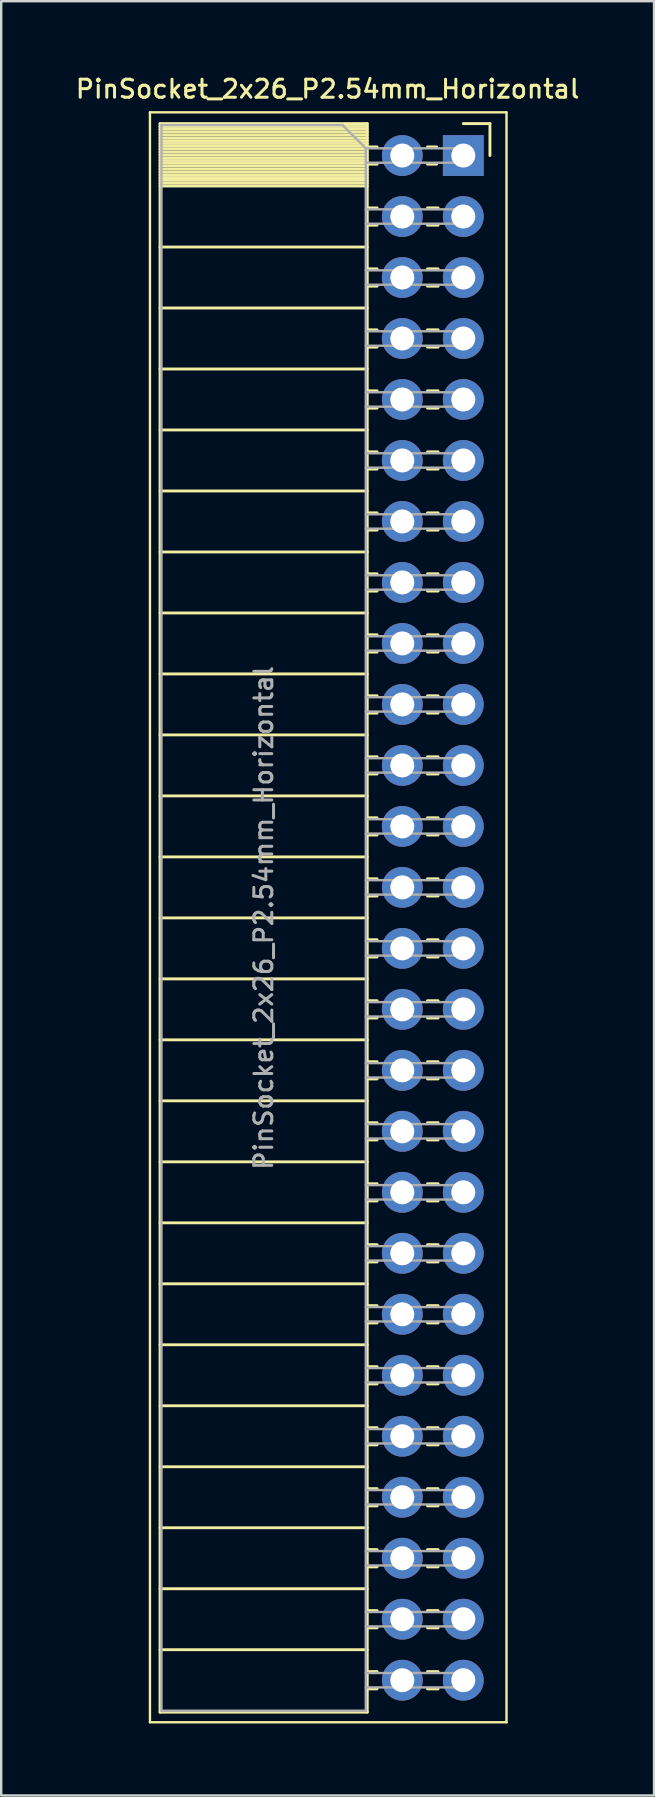
<source format=kicad_pcb>
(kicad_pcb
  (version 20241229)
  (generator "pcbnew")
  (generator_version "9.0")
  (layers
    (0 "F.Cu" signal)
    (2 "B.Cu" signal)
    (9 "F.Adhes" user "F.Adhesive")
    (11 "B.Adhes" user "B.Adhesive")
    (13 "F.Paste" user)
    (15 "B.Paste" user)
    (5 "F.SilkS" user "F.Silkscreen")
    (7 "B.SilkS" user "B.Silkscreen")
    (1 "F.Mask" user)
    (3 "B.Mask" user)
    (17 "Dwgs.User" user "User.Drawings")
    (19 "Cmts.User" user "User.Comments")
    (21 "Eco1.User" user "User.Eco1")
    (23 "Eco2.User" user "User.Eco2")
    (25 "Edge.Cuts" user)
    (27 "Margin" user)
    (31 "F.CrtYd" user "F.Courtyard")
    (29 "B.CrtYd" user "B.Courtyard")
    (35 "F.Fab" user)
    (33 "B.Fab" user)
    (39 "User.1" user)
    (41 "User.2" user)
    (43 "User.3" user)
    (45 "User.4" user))
  (footprint "PinSocket_2x26_P2.54mm_Horizontal"
    (layer "F.Cu")
    (at 16.245 3.428)
    (property "Reference" "PinSocket_2x26_P2.54mm_Horizontal" (at -5.65 -2.77 0) (layer "F.SilkS") (effects (font (size 0.75 0.75) (thickness 0.125))))
    (attr through_hole)
    (fp_line (start -13.05 -1.8) (end -13.05 65.25) (stroke (width 0.1) (type solid)) (layer "F.SilkS"))
    (fp_line (start -13.05 65.25) (end 1.8 65.25) (stroke (width 0.1) (type solid)) (layer "F.SilkS"))
    (fp_line (start -12.63 -1.33) (end -12.63 64.83) (stroke (width 0.12) (type solid)) (layer "F.SilkS"))
    (fp_line (start -12.63 -1.33) (end -4 -1.33) (stroke (width 0.12) (type solid)) (layer "F.SilkS"))
    (fp_line (start -12.63 -1.21) (end -4 -1.21) (stroke (width 0.12) (type solid)) (layer "F.SilkS"))
    (fp_line (start -12.63 -1.092) (end -4 -1.092) (stroke (width 0.12) (type solid)) (layer "F.SilkS"))
    (fp_line (start -12.63 -0.974) (end -4 -0.974) (stroke (width 0.12) (type solid)) (layer "F.SilkS"))
    (fp_line (start -12.63 -0.856) (end -4 -0.856) (stroke (width 0.12) (type solid)) (layer "F.SilkS"))
    (fp_line (start -12.63 -0.738) (end -4 -0.738) (stroke (width 0.12) (type solid)) (layer "F.SilkS"))
    (fp_line (start -12.63 -0.62) (end -4 -0.62) (stroke (width 0.12) (type solid)) (layer "F.SilkS"))
    (fp_line (start -12.63 -0.501) (end -4 -0.501) (stroke (width 0.12) (type solid)) (layer "F.SilkS"))
    (fp_line (start -12.63 -0.383) (end -4 -0.383) (stroke (width 0.12) (type solid)) (layer "F.SilkS"))
    (fp_line (start -12.63 -0.265) (end -4 -0.265) (stroke (width 0.12) (type solid)) (layer "F.SilkS"))
    (fp_line (start -12.63 -0.147) (end -4 -0.147) (stroke (width 0.12) (type solid)) (layer "F.SilkS"))
    (fp_line (start -12.63 -0.029) (end -4 -0.029) (stroke (width 0.12) (type solid)) (layer "F.SilkS"))
    (fp_line (start -12.63 0.089) (end -4 0.089) (stroke (width 0.12) (type solid)) (layer "F.SilkS"))
    (fp_line (start -12.63 0.207) (end -4 0.207) (stroke (width 0.12) (type solid)) (layer "F.SilkS"))
    (fp_line (start -12.63 0.325) (end -4 0.325) (stroke (width 0.12) (type solid)) (layer "F.SilkS"))
    (fp_line (start -12.63 0.443) (end -4 0.443) (stroke (width 0.12) (type solid)) (layer "F.SilkS"))
    (fp_line (start -12.63 0.561) (end -4 0.561) (stroke (width 0.12) (type solid)) (layer "F.SilkS"))
    (fp_line (start -12.63 0.68) (end -4 0.68) (stroke (width 0.12) (type solid)) (layer "F.SilkS"))
    (fp_line (start -12.63 0.798) (end -4 0.798) (stroke (width 0.12) (type solid)) (layer "F.SilkS"))
    (fp_line (start -12.63 0.916) (end -4 0.916) (stroke (width 0.12) (type solid)) (layer "F.SilkS"))
    (fp_line (start -12.63 1.034) (end -4 1.034) (stroke (width 0.12) (type solid)) (layer "F.SilkS"))
    (fp_line (start -12.63 1.152) (end -4 1.152) (stroke (width 0.12) (type solid)) (layer "F.SilkS"))
    (fp_line (start -12.63 1.27) (end -4 1.27) (stroke (width 0.12) (type solid)) (layer "F.SilkS"))
    (fp_line (start -12.63 3.81) (end -4 3.81) (stroke (width 0.12) (type solid)) (layer "F.SilkS"))
    (fp_line (start -12.63 6.35) (end -4 6.35) (stroke (width 0.12) (type solid)) (layer "F.SilkS"))
    (fp_line (start -12.63 8.89) (end -4 8.89) (stroke (width 0.12) (type solid)) (layer "F.SilkS"))
    (fp_line (start -12.63 11.43) (end -4 11.43) (stroke (width 0.12) (type solid)) (layer "F.SilkS"))
    (fp_line (start -12.63 13.97) (end -4 13.97) (stroke (width 0.12) (type solid)) (layer "F.SilkS"))
    (fp_line (start -12.63 16.51) (end -4 16.51) (stroke (width 0.12) (type solid)) (layer "F.SilkS"))
    (fp_line (start -12.63 19.05) (end -4 19.05) (stroke (width 0.12) (type solid)) (layer "F.SilkS"))
    (fp_line (start -12.63 21.59) (end -4 21.59) (stroke (width 0.12) (type solid)) (layer "F.SilkS"))
    (fp_line (start -12.63 24.13) (end -4 24.13) (stroke (width 0.12) (type solid)) (layer "F.SilkS"))
    (fp_line (start -12.63 26.67) (end -4 26.67) (stroke (width 0.12) (type solid)) (layer "F.SilkS"))
    (fp_line (start -12.63 29.21) (end -4 29.21) (stroke (width 0.12) (type solid)) (layer "F.SilkS"))
    (fp_line (start -12.63 31.75) (end -4 31.75) (stroke (width 0.12) (type solid)) (layer "F.SilkS"))
    (fp_line (start -12.63 34.29) (end -4 34.29) (stroke (width 0.12) (type solid)) (layer "F.SilkS"))
    (fp_line (start -12.63 36.83) (end -4 36.83) (stroke (width 0.12) (type solid)) (layer "F.SilkS"))
    (fp_line (start -12.63 39.37) (end -4 39.37) (stroke (width 0.12) (type solid)) (layer "F.SilkS"))
    (fp_line (start -12.63 41.91) (end -4 41.91) (stroke (width 0.12) (type solid)) (layer "F.SilkS"))
    (fp_line (start -12.63 44.45) (end -4 44.45) (stroke (width 0.12) (type solid)) (layer "F.SilkS"))
    (fp_line (start -12.63 46.99) (end -4 46.99) (stroke (width 0.12) (type solid)) (layer "F.SilkS"))
    (fp_line (start -12.63 49.53) (end -4 49.53) (stroke (width 0.12) (type solid)) (layer "F.SilkS"))
    (fp_line (start -12.63 52.07) (end -4 52.07) (stroke (width 0.12) (type solid)) (layer "F.SilkS"))
    (fp_line (start -12.63 54.61) (end -4 54.61) (stroke (width 0.12) (type solid)) (layer "F.SilkS"))
    (fp_line (start -12.63 57.15) (end -4 57.15) (stroke (width 0.12) (type solid)) (layer "F.SilkS"))
    (fp_line (start -12.63 59.69) (end -4 59.69) (stroke (width 0.12) (type solid)) (layer "F.SilkS"))
    (fp_line (start -12.63 62.23) (end -4 62.23) (stroke (width 0.12) (type solid)) (layer "F.SilkS"))
    (fp_line (start -12.63 64.83) (end -4 64.83) (stroke (width 0.12) (type solid)) (layer "F.SilkS"))
    (fp_line (start -4 -1.33) (end -4 64.83) (stroke (width 0.12) (type solid)) (layer "F.SilkS"))
    (fp_line (start -4 -0.36) (end -3.59 -0.36) (stroke (width 0.12) (type solid)) (layer "F.SilkS"))
    (fp_line (start -4 0.36) (end -3.59 0.36) (stroke (width 0.12) (type solid)) (layer "F.SilkS"))
    (fp_line (start -4 2.18) (end -3.59 2.18) (stroke (width 0.12) (type solid)) (layer "F.SilkS"))
    (fp_line (start -4 2.9) (end -3.59 2.9) (stroke (width 0.12) (type solid)) (layer "F.SilkS"))
    (fp_line (start -4 4.72) (end -3.59 4.72) (stroke (width 0.12) (type solid)) (layer "F.SilkS"))
    (fp_line (start -4 5.44) (end -3.59 5.44) (stroke (width 0.12) (type solid)) (layer "F.SilkS"))
    (fp_line (start -4 7.26) (end -3.59 7.26) (stroke (width 0.12) (type solid)) (layer "F.SilkS"))
    (fp_line (start -4 7.98) (end -3.59 7.98) (stroke (width 0.12) (type solid)) (layer "F.SilkS"))
    (fp_line (start -4 9.8) (end -3.59 9.8) (stroke (width 0.12) (type solid)) (layer "F.SilkS"))
    (fp_line (start -4 10.52) (end -3.59 10.52) (stroke (width 0.12) (type solid)) (layer "F.SilkS"))
    (fp_line (start -4 12.34) (end -3.59 12.34) (stroke (width 0.12) (type solid)) (layer "F.SilkS"))
    (fp_line (start -4 13.06) (end -3.59 13.06) (stroke (width 0.12) (type solid)) (layer "F.SilkS"))
    (fp_line (start -4 14.88) (end -3.59 14.88) (stroke (width 0.12) (type solid)) (layer "F.SilkS"))
    (fp_line (start -4 15.6) (end -3.59 15.6) (stroke (width 0.12) (type solid)) (layer "F.SilkS"))
    (fp_line (start -4 17.42) (end -3.59 17.42) (stroke (width 0.12) (type solid)) (layer "F.SilkS"))
    (fp_line (start -4 18.14) (end -3.59 18.14) (stroke (width 0.12) (type solid)) (layer "F.SilkS"))
    (fp_line (start -4 19.96) (end -3.59 19.96) (stroke (width 0.12) (type solid)) (layer "F.SilkS"))
    (fp_line (start -4 20.68) (end -3.59 20.68) (stroke (width 0.12) (type solid)) (layer "F.SilkS"))
    (fp_line (start -4 22.5) (end -3.59 22.5) (stroke (width 0.12) (type solid)) (layer "F.SilkS"))
    (fp_line (start -4 23.22) (end -3.59 23.22) (stroke (width 0.12) (type solid)) (layer "F.SilkS"))
    (fp_line (start -4 25.04) (end -3.59 25.04) (stroke (width 0.12) (type solid)) (layer "F.SilkS"))
    (fp_line (start -4 25.76) (end -3.59 25.76) (stroke (width 0.12) (type solid)) (layer "F.SilkS"))
    (fp_line (start -4 27.58) (end -3.59 27.58) (stroke (width 0.12) (type solid)) (layer "F.SilkS"))
    (fp_line (start -4 28.3) (end -3.59 28.3) (stroke (width 0.12) (type solid)) (layer "F.SilkS"))
    (fp_line (start -4 30.12) (end -3.59 30.12) (stroke (width 0.12) (type solid)) (layer "F.SilkS"))
    (fp_line (start -4 30.84) (end -3.59 30.84) (stroke (width 0.12) (type solid)) (layer "F.SilkS"))
    (fp_line (start -4 32.66) (end -3.59 32.66) (stroke (width 0.12) (type solid)) (layer "F.SilkS"))
    (fp_line (start -4 33.38) (end -3.59 33.38) (stroke (width 0.12) (type solid)) (layer "F.SilkS"))
    (fp_line (start -4 35.2) (end -3.59 35.2) (stroke (width 0.12) (type solid)) (layer "F.SilkS"))
    (fp_line (start -4 35.92) (end -3.59 35.92) (stroke (width 0.12) (type solid)) (layer "F.SilkS"))
    (fp_line (start -4 37.74) (end -3.59 37.74) (stroke (width 0.12) (type solid)) (layer "F.SilkS"))
    (fp_line (start -4 38.46) (end -3.59 38.46) (stroke (width 0.12) (type solid)) (layer "F.SilkS"))
    (fp_line (start -4 40.28) (end -3.59 40.28) (stroke (width 0.12) (type solid)) (layer "F.SilkS"))
    (fp_line (start -4 41) (end -3.59 41) (stroke (width 0.12) (type solid)) (layer "F.SilkS"))
    (fp_line (start -4 42.82) (end -3.59 42.82) (stroke (width 0.12) (type solid)) (layer "F.SilkS"))
    (fp_line (start -4 43.54) (end -3.59 43.54) (stroke (width 0.12) (type solid)) (layer "F.SilkS"))
    (fp_line (start -4 45.36) (end -3.59 45.36) (stroke (width 0.12) (type solid)) (layer "F.SilkS"))
    (fp_line (start -4 46.08) (end -3.59 46.08) (stroke (width 0.12) (type solid)) (layer "F.SilkS"))
    (fp_line (start -4 47.9) (end -3.59 47.9) (stroke (width 0.12) (type solid)) (layer "F.SilkS"))
    (fp_line (start -4 48.62) (end -3.59 48.62) (stroke (width 0.12) (type solid)) (layer "F.SilkS"))
    (fp_line (start -4 50.44) (end -3.59 50.44) (stroke (width 0.12) (type solid)) (layer "F.SilkS"))
    (fp_line (start -4 51.16) (end -3.59 51.16) (stroke (width 0.12) (type solid)) (layer "F.SilkS"))
    (fp_line (start -4 52.98) (end -3.59 52.98) (stroke (width 0.12) (type solid)) (layer "F.SilkS"))
    (fp_line (start -4 53.7) (end -3.59 53.7) (stroke (width 0.12) (type solid)) (layer "F.SilkS"))
    (fp_line (start -4 55.52) (end -3.59 55.52) (stroke (width 0.12) (type solid)) (layer "F.SilkS"))
    (fp_line (start -4 56.24) (end -3.59 56.24) (stroke (width 0.12) (type solid)) (layer "F.SilkS"))
    (fp_line (start -4 58.06) (end -3.59 58.06) (stroke (width 0.12) (type solid)) (layer "F.SilkS"))
    (fp_line (start -4 58.78) (end -3.59 58.78) (stroke (width 0.12) (type solid)) (layer "F.SilkS"))
    (fp_line (start -4 60.6) (end -3.59 60.6) (stroke (width 0.12) (type solid)) (layer "F.SilkS"))
    (fp_line (start -4 61.32) (end -3.59 61.32) (stroke (width 0.12) (type solid)) (layer "F.SilkS"))
    (fp_line (start -4 63.14) (end -3.59 63.14) (stroke (width 0.12) (type solid)) (layer "F.SilkS"))
    (fp_line (start -4 63.86) (end -3.59 63.86) (stroke (width 0.12) (type solid)) (layer "F.SilkS"))
    (fp_line (start -1.49 -0.36) (end -1.11 -0.36) (stroke (width 0.12) (type solid)) (layer "F.SilkS"))
    (fp_line (start -1.49 0.36) (end -1.11 0.36) (stroke (width 0.12) (type solid)) (layer "F.SilkS"))
    (fp_line (start -1.49 2.18) (end -1.05 2.18) (stroke (width 0.12) (type solid)) (layer "F.SilkS"))
    (fp_line (start -1.49 2.9) (end -1.05 2.9) (stroke (width 0.12) (type solid)) (layer "F.SilkS"))
    (fp_line (start -1.49 4.72) (end -1.05 4.72) (stroke (width 0.12) (type solid)) (layer "F.SilkS"))
    (fp_line (start -1.49 5.44) (end -1.05 5.44) (stroke (width 0.12) (type solid)) (layer "F.SilkS"))
    (fp_line (start -1.49 7.26) (end -1.05 7.26) (stroke (width 0.12) (type solid)) (layer "F.SilkS"))
    (fp_line (start -1.49 7.98) (end -1.05 7.98) (stroke (width 0.12) (type solid)) (layer "F.SilkS"))
    (fp_line (start -1.49 9.8) (end -1.05 9.8) (stroke (width 0.12) (type solid)) (layer "F.SilkS"))
    (fp_line (start -1.49 10.52) (end -1.05 10.52) (stroke (width 0.12) (type solid)) (layer "F.SilkS"))
    (fp_line (start -1.49 12.34) (end -1.05 12.34) (stroke (width 0.12) (type solid)) (layer "F.SilkS"))
    (fp_line (start -1.49 13.06) (end -1.05 13.06) (stroke (width 0.12) (type solid)) (layer "F.SilkS"))
    (fp_line (start -1.49 14.88) (end -1.05 14.88) (stroke (width 0.12) (type solid)) (layer "F.SilkS"))
    (fp_line (start -1.49 15.6) (end -1.05 15.6) (stroke (width 0.12) (type solid)) (layer "F.SilkS"))
    (fp_line (start -1.49 17.42) (end -1.05 17.42) (stroke (width 0.12) (type solid)) (layer "F.SilkS"))
    (fp_line (start -1.49 18.14) (end -1.05 18.14) (stroke (width 0.12) (type solid)) (layer "F.SilkS"))
    (fp_line (start -1.49 19.96) (end -1.05 19.96) (stroke (width 0.12) (type solid)) (layer "F.SilkS"))
    (fp_line (start -1.49 20.68) (end -1.05 20.68) (stroke (width 0.12) (type solid)) (layer "F.SilkS"))
    (fp_line (start -1.49 22.5) (end -1.05 22.5) (stroke (width 0.12) (type solid)) (layer "F.SilkS"))
    (fp_line (start -1.49 23.22) (end -1.05 23.22) (stroke (width 0.12) (type solid)) (layer "F.SilkS"))
    (fp_line (start -1.49 25.04) (end -1.05 25.04) (stroke (width 0.12) (type solid)) (layer "F.SilkS"))
    (fp_line (start -1.49 25.76) (end -1.05 25.76) (stroke (width 0.12) (type solid)) (layer "F.SilkS"))
    (fp_line (start -1.49 27.58) (end -1.05 27.58) (stroke (width 0.12) (type solid)) (layer "F.SilkS"))
    (fp_line (start -1.49 28.3) (end -1.05 28.3) (stroke (width 0.12) (type solid)) (layer "F.SilkS"))
    (fp_line (start -1.49 30.12) (end -1.05 30.12) (stroke (width 0.12) (type solid)) (layer "F.SilkS"))
    (fp_line (start -1.49 30.84) (end -1.05 30.84) (stroke (width 0.12) (type solid)) (layer "F.SilkS"))
    (fp_line (start -1.49 32.66) (end -1.05 32.66) (stroke (width 0.12) (type solid)) (layer "F.SilkS"))
    (fp_line (start -1.49 33.38) (end -1.05 33.38) (stroke (width 0.12) (type solid)) (layer "F.SilkS"))
    (fp_line (start -1.49 35.2) (end -1.05 35.2) (stroke (width 0.12) (type solid)) (layer "F.SilkS"))
    (fp_line (start -1.49 35.92) (end -1.05 35.92) (stroke (width 0.12) (type solid)) (layer "F.SilkS"))
    (fp_line (start -1.49 37.74) (end -1.05 37.74) (stroke (width 0.12) (type solid)) (layer "F.SilkS"))
    (fp_line (start -1.49 38.46) (end -1.05 38.46) (stroke (width 0.12) (type solid)) (layer "F.SilkS"))
    (fp_line (start -1.49 40.28) (end -1.05 40.28) (stroke (width 0.12) (type solid)) (layer "F.SilkS"))
    (fp_line (start -1.49 41) (end -1.05 41) (stroke (width 0.12) (type solid)) (layer "F.SilkS"))
    (fp_line (start -1.49 42.82) (end -1.05 42.82) (stroke (width 0.12) (type solid)) (layer "F.SilkS"))
    (fp_line (start -1.49 43.54) (end -1.05 43.54) (stroke (width 0.12) (type solid)) (layer "F.SilkS"))
    (fp_line (start -1.49 45.36) (end -1.05 45.36) (stroke (width 0.12) (type solid)) (layer "F.SilkS"))
    (fp_line (start -1.49 46.08) (end -1.05 46.08) (stroke (width 0.12) (type solid)) (layer "F.SilkS"))
    (fp_line (start -1.49 47.9) (end -1.05 47.9) (stroke (width 0.12) (type solid)) (layer "F.SilkS"))
    (fp_line (start -1.49 48.62) (end -1.05 48.62) (stroke (width 0.12) (type solid)) (layer "F.SilkS"))
    (fp_line (start -1.49 50.44) (end -1.05 50.44) (stroke (width 0.12) (type solid)) (layer "F.SilkS"))
    (fp_line (start -1.49 51.16) (end -1.05 51.16) (stroke (width 0.12) (type solid)) (layer "F.SilkS"))
    (fp_line (start -1.49 52.98) (end -1.05 52.98) (stroke (width 0.12) (type solid)) (layer "F.SilkS"))
    (fp_line (start -1.49 53.7) (end -1.05 53.7) (stroke (width 0.12) (type solid)) (layer "F.SilkS"))
    (fp_line (start -1.49 55.52) (end -1.05 55.52) (stroke (width 0.12) (type solid)) (layer "F.SilkS"))
    (fp_line (start -1.49 56.24) (end -1.05 56.24) (stroke (width 0.12) (type solid)) (layer "F.SilkS"))
    (fp_line (start -1.49 58.06) (end -1.05 58.06) (stroke (width 0.12) (type solid)) (layer "F.SilkS"))
    (fp_line (start -1.49 58.78) (end -1.05 58.78) (stroke (width 0.12) (type solid)) (layer "F.SilkS"))
    (fp_line (start -1.49 60.6) (end -1.05 60.6) (stroke (width 0.12) (type solid)) (layer "F.SilkS"))
    (fp_line (start -1.49 61.32) (end -1.05 61.32) (stroke (width 0.12) (type solid)) (layer "F.SilkS"))
    (fp_line (start -1.49 63.14) (end -1.05 63.14) (stroke (width 0.12) (type solid)) (layer "F.SilkS"))
    (fp_line (start -1.49 63.86) (end -1.05 63.86) (stroke (width 0.12) (type solid)) (layer "F.SilkS"))
    (fp_line (start 0 -1.33) (end 1.11 -1.33) (stroke (width 0.12) (type solid)) (layer "F.SilkS"))
    (fp_line (start 1.11 -1.33) (end 1.11 0) (stroke (width 0.12) (type solid)) (layer "F.SilkS"))
    (fp_line (start 1.8 -1.8) (end -13.05 -1.8) (stroke (width 0.1) (type solid)) (layer "F.SilkS"))
    (fp_line (start 1.8 65.25) (end 1.8 -1.8) (stroke (width 0.1) (type solid)) (layer "F.SilkS"))
    (fp_line (start -12.57 -1.27) (end -5.03 -1.27) (stroke (width 0.1) (type solid)) (layer "F.Fab"))
    (fp_line (start -12.57 64.77) (end -12.57 -1.27) (stroke (width 0.1) (type solid)) (layer "F.Fab"))
    (fp_line (start -5.03 -1.27) (end -4.06 -0.3) (stroke (width 0.1) (type solid)) (layer "F.Fab"))
    (fp_line (start -4.06 -0.3) (end -4.06 64.77) (stroke (width 0.1) (type solid)) (layer "F.Fab"))
    (fp_line (start -4.06 0.3) (end 0 0.3) (stroke (width 0.1) (type solid)) (layer "F.Fab"))
    (fp_line (start -4.06 2.84) (end 0 2.84) (stroke (width 0.1) (type solid)) (layer "F.Fab"))
    (fp_line (start -4.06 5.38) (end 0 5.38) (stroke (width 0.1) (type solid)) (layer "F.Fab"))
    (fp_line (start -4.06 7.92) (end 0 7.92) (stroke (width 0.1) (type solid)) (layer "F.Fab"))
    (fp_line (start -4.06 10.46) (end 0 10.46) (stroke (width 0.1) (type solid)) (layer "F.Fab"))
    (fp_line (start -4.06 13) (end 0 13) (stroke (width 0.1) (type solid)) (layer "F.Fab"))
    (fp_line (start -4.06 15.54) (end 0 15.54) (stroke (width 0.1) (type solid)) (layer "F.Fab"))
    (fp_line (start -4.06 18.08) (end 0 18.08) (stroke (width 0.1) (type solid)) (layer "F.Fab"))
    (fp_line (start -4.06 20.62) (end 0 20.62) (stroke (width 0.1) (type solid)) (layer "F.Fab"))
    (fp_line (start -4.06 23.16) (end 0 23.16) (stroke (width 0.1) (type solid)) (layer "F.Fab"))
    (fp_line (start -4.06 25.7) (end 0 25.7) (stroke (width 0.1) (type solid)) (layer "F.Fab"))
    (fp_line (start -4.06 28.24) (end 0 28.24) (stroke (width 0.1) (type solid)) (layer "F.Fab"))
    (fp_line (start -4.06 30.78) (end 0 30.78) (stroke (width 0.1) (type solid)) (layer "F.Fab"))
    (fp_line (start -4.06 33.32) (end 0 33.32) (stroke (width 0.1) (type solid)) (layer "F.Fab"))
    (fp_line (start -4.06 35.86) (end 0 35.86) (stroke (width 0.1) (type solid)) (layer "F.Fab"))
    (fp_line (start -4.06 38.4) (end 0 38.4) (stroke (width 0.1) (type solid)) (layer "F.Fab"))
    (fp_line (start -4.06 40.94) (end 0 40.94) (stroke (width 0.1) (type solid)) (layer "F.Fab"))
    (fp_line (start -4.06 43.48) (end 0 43.48) (stroke (width 0.1) (type solid)) (layer "F.Fab"))
    (fp_line (start -4.06 46.02) (end 0 46.02) (stroke (width 0.1) (type solid)) (layer "F.Fab"))
    (fp_line (start -4.06 48.56) (end 0 48.56) (stroke (width 0.1) (type solid)) (layer "F.Fab"))
    (fp_line (start -4.06 51.1) (end 0 51.1) (stroke (width 0.1) (type solid)) (layer "F.Fab"))
    (fp_line (start -4.06 53.64) (end 0 53.64) (stroke (width 0.1) (type solid)) (layer "F.Fab"))
    (fp_line (start -4.06 56.18) (end 0 56.18) (stroke (width 0.1) (type solid)) (layer "F.Fab"))
    (fp_line (start -4.06 58.72) (end 0 58.72) (stroke (width 0.1) (type solid)) (layer "F.Fab"))
    (fp_line (start -4.06 61.26) (end 0 61.26) (stroke (width 0.1) (type solid)) (layer "F.Fab"))
    (fp_line (start -4.06 63.8) (end 0 63.8) (stroke (width 0.1) (type solid)) (layer "F.Fab"))
    (fp_line (start -4.06 64.77) (end -12.57 64.77) (stroke (width 0.1) (type solid)) (layer "F.Fab"))
    (fp_line (start 0 -0.3) (end -4.06 -0.3) (stroke (width 0.1) (type solid)) (layer "F.Fab"))
    (fp_line (start 0 0.3) (end 0 -0.3) (stroke (width 0.1) (type solid)) (layer "F.Fab"))
    (fp_line (start 0 2.24) (end -4.06 2.24) (stroke (width 0.1) (type solid)) (layer "F.Fab"))
    (fp_line (start 0 2.84) (end 0 2.24) (stroke (width 0.1) (type solid)) (layer "F.Fab"))
    (fp_line (start 0 4.78) (end -4.06 4.78) (stroke (width 0.1) (type solid)) (layer "F.Fab"))
    (fp_line (start 0 5.38) (end 0 4.78) (stroke (width 0.1) (type solid)) (layer "F.Fab"))
    (fp_line (start 0 7.32) (end -4.06 7.32) (stroke (width 0.1) (type solid)) (layer "F.Fab"))
    (fp_line (start 0 7.92) (end 0 7.32) (stroke (width 0.1) (type solid)) (layer "F.Fab"))
    (fp_line (start 0 9.86) (end -4.06 9.86) (stroke (width 0.1) (type solid)) (layer "F.Fab"))
    (fp_line (start 0 10.46) (end 0 9.86) (stroke (width 0.1) (type solid)) (layer "F.Fab"))
    (fp_line (start 0 12.4) (end -4.06 12.4) (stroke (width 0.1) (type solid)) (layer "F.Fab"))
    (fp_line (start 0 13) (end 0 12.4) (stroke (width 0.1) (type solid)) (layer "F.Fab"))
    (fp_line (start 0 14.94) (end -4.06 14.94) (stroke (width 0.1) (type solid)) (layer "F.Fab"))
    (fp_line (start 0 15.54) (end 0 14.94) (stroke (width 0.1) (type solid)) (layer "F.Fab"))
    (fp_line (start 0 17.48) (end -4.06 17.48) (stroke (width 0.1) (type solid)) (layer "F.Fab"))
    (fp_line (start 0 18.08) (end 0 17.48) (stroke (width 0.1) (type solid)) (layer "F.Fab"))
    (fp_line (start 0 20.02) (end -4.06 20.02) (stroke (width 0.1) (type solid)) (layer "F.Fab"))
    (fp_line (start 0 20.62) (end 0 20.02) (stroke (width 0.1) (type solid)) (layer "F.Fab"))
    (fp_line (start 0 22.56) (end -4.06 22.56) (stroke (width 0.1) (type solid)) (layer "F.Fab"))
    (fp_line (start 0 23.16) (end 0 22.56) (stroke (width 0.1) (type solid)) (layer "F.Fab"))
    (fp_line (start 0 25.1) (end -4.06 25.1) (stroke (width 0.1) (type solid)) (layer "F.Fab"))
    (fp_line (start 0 25.7) (end 0 25.1) (stroke (width 0.1) (type solid)) (layer "F.Fab"))
    (fp_line (start 0 27.64) (end -4.06 27.64) (stroke (width 0.1) (type solid)) (layer "F.Fab"))
    (fp_line (start 0 28.24) (end 0 27.64) (stroke (width 0.1) (type solid)) (layer "F.Fab"))
    (fp_line (start 0 30.18) (end -4.06 30.18) (stroke (width 0.1) (type solid)) (layer "F.Fab"))
    (fp_line (start 0 30.78) (end 0 30.18) (stroke (width 0.1) (type solid)) (layer "F.Fab"))
    (fp_line (start 0 32.72) (end -4.06 32.72) (stroke (width 0.1) (type solid)) (layer "F.Fab"))
    (fp_line (start 0 33.32) (end 0 32.72) (stroke (width 0.1) (type solid)) (layer "F.Fab"))
    (fp_line (start 0 35.26) (end -4.06 35.26) (stroke (width 0.1) (type solid)) (layer "F.Fab"))
    (fp_line (start 0 35.86) (end 0 35.26) (stroke (width 0.1) (type solid)) (layer "F.Fab"))
    (fp_line (start 0 37.8) (end -4.06 37.8) (stroke (width 0.1) (type solid)) (layer "F.Fab"))
    (fp_line (start 0 38.4) (end 0 37.8) (stroke (width 0.1) (type solid)) (layer "F.Fab"))
    (fp_line (start 0 40.34) (end -4.06 40.34) (stroke (width 0.1) (type solid)) (layer "F.Fab"))
    (fp_line (start 0 40.94) (end 0 40.34) (stroke (width 0.1) (type solid)) (layer "F.Fab"))
    (fp_line (start 0 42.88) (end -4.06 42.88) (stroke (width 0.1) (type solid)) (layer "F.Fab"))
    (fp_line (start 0 43.48) (end 0 42.88) (stroke (width 0.1) (type solid)) (layer "F.Fab"))
    (fp_line (start 0 45.42) (end -4.06 45.42) (stroke (width 0.1) (type solid)) (layer "F.Fab"))
    (fp_line (start 0 46.02) (end 0 45.42) (stroke (width 0.1) (type solid)) (layer "F.Fab"))
    (fp_line (start 0 47.96) (end -4.06 47.96) (stroke (width 0.1) (type solid)) (layer "F.Fab"))
    (fp_line (start 0 48.56) (end 0 47.96) (stroke (width 0.1) (type solid)) (layer "F.Fab"))
    (fp_line (start 0 50.5) (end -4.06 50.5) (stroke (width 0.1) (type solid)) (layer "F.Fab"))
    (fp_line (start 0 51.1) (end 0 50.5) (stroke (width 0.1) (type solid)) (layer "F.Fab"))
    (fp_line (start 0 53.04) (end -4.06 53.04) (stroke (width 0.1) (type solid)) (layer "F.Fab"))
    (fp_line (start 0 53.64) (end 0 53.04) (stroke (width 0.1) (type solid)) (layer "F.Fab"))
    (fp_line (start 0 55.58) (end -4.06 55.58) (stroke (width 0.1) (type solid)) (layer "F.Fab"))
    (fp_line (start 0 56.18) (end 0 55.58) (stroke (width 0.1) (type solid)) (layer "F.Fab"))
    (fp_line (start 0 58.12) (end -4.06 58.12) (stroke (width 0.1) (type solid)) (layer "F.Fab"))
    (fp_line (start 0 58.72) (end 0 58.12) (stroke (width 0.1) (type solid)) (layer "F.Fab"))
    (fp_line (start 0 60.66) (end -4.06 60.66) (stroke (width 0.1) (type solid)) (layer "F.Fab"))
    (fp_line (start 0 61.26) (end 0 60.66) (stroke (width 0.1) (type solid)) (layer "F.Fab"))
    (fp_line (start 0 63.2) (end -4.06 63.2) (stroke (width 0.1) (type solid)) (layer "F.Fab"))
    (fp_line (start 0 63.8) (end 0 63.2) (stroke (width 0.1) (type solid)) (layer "F.Fab"))
    (fp_text user "${REFERENCE}" (at -8.315 31.75 90) (layer "F.Fab") (effects (font (size 0.75 0.75) (thickness 0.125))))
    (pad "1" thru_hole rect (at 0 0) (size 1.7 1.7) (drill 1) (layers "*.Cu" "*.Mask"))
    (pad "2" thru_hole oval (at -2.54 0) (size 1.7 1.7) (drill 1) (layers "*.Cu" "*.Mask"))
    (pad "3" thru_hole oval (at 0 2.54) (size 1.7 1.7) (drill 1) (layers "*.Cu" "*.Mask"))
    (pad "4" thru_hole oval (at -2.54 2.54) (size 1.7 1.7) (drill 1) (layers "*.Cu" "*.Mask"))
    (pad "5" thru_hole oval (at 0 5.08) (size 1.7 1.7) (drill 1) (layers "*.Cu" "*.Mask"))
    (pad "6" thru_hole oval (at -2.54 5.08) (size 1.7 1.7) (drill 1) (layers "*.Cu" "*.Mask"))
    (pad "7" thru_hole oval (at 0 7.62) (size 1.7 1.7) (drill 1) (layers "*.Cu" "*.Mask"))
    (pad "8" thru_hole oval (at -2.54 7.62) (size 1.7 1.7) (drill 1) (layers "*.Cu" "*.Mask"))
    (pad "9" thru_hole oval (at 0 10.16) (size 1.7 1.7) (drill 1) (layers "*.Cu" "*.Mask"))
    (pad "10" thru_hole oval (at -2.54 10.16) (size 1.7 1.7) (drill 1) (layers "*.Cu" "*.Mask"))
    (pad "11" thru_hole oval (at 0 12.7) (size 1.7 1.7) (drill 1) (layers "*.Cu" "*.Mask"))
    (pad "12" thru_hole oval (at -2.54 12.7) (size 1.7 1.7) (drill 1) (layers "*.Cu" "*.Mask"))
    (pad "13" thru_hole oval (at 0 15.24) (size 1.7 1.7) (drill 1) (layers "*.Cu" "*.Mask"))
    (pad "14" thru_hole oval (at -2.54 15.24) (size 1.7 1.7) (drill 1) (layers "*.Cu" "*.Mask"))
    (pad "15" thru_hole oval (at 0 17.78) (size 1.7 1.7) (drill 1) (layers "*.Cu" "*.Mask"))
    (pad "16" thru_hole oval (at -2.54 17.78) (size 1.7 1.7) (drill 1) (layers "*.Cu" "*.Mask"))
    (pad "17" thru_hole oval (at 0 20.32) (size 1.7 1.7) (drill 1) (layers "*.Cu" "*.Mask"))
    (pad "18" thru_hole oval (at -2.54 20.32) (size 1.7 1.7) (drill 1) (layers "*.Cu" "*.Mask"))
    (pad "19" thru_hole oval (at 0 22.86) (size 1.7 1.7) (drill 1) (layers "*.Cu" "*.Mask"))
    (pad "20" thru_hole oval (at -2.54 22.86) (size 1.7 1.7) (drill 1) (layers "*.Cu" "*.Mask"))
    (pad "21" thru_hole oval (at 0 25.4) (size 1.7 1.7) (drill 1) (layers "*.Cu" "*.Mask"))
    (pad "22" thru_hole oval (at -2.54 25.4) (size 1.7 1.7) (drill 1) (layers "*.Cu" "*.Mask"))
    (pad "23" thru_hole oval (at 0 27.94) (size 1.7 1.7) (drill 1) (layers "*.Cu" "*.Mask"))
    (pad "24" thru_hole oval (at -2.54 27.94) (size 1.7 1.7) (drill 1) (layers "*.Cu" "*.Mask"))
    (pad "25" thru_hole oval (at 0 30.48) (size 1.7 1.7) (drill 1) (layers "*.Cu" "*.Mask"))
    (pad "26" thru_hole oval (at -2.54 30.48) (size 1.7 1.7) (drill 1) (layers "*.Cu" "*.Mask"))
    (pad "27" thru_hole oval (at 0 33.02) (size 1.7 1.7) (drill 1) (layers "*.Cu" "*.Mask"))
    (pad "28" thru_hole oval (at -2.54 33.02) (size 1.7 1.7) (drill 1) (layers "*.Cu" "*.Mask"))
    (pad "29" thru_hole oval (at 0 35.56) (size 1.7 1.7) (drill 1) (layers "*.Cu" "*.Mask"))
    (pad "30" thru_hole oval (at -2.54 35.56) (size 1.7 1.7) (drill 1) (layers "*.Cu" "*.Mask"))
    (pad "31" thru_hole oval (at 0 38.1) (size 1.7 1.7) (drill 1) (layers "*.Cu" "*.Mask"))
    (pad "32" thru_hole oval (at -2.54 38.1) (size 1.7 1.7) (drill 1) (layers "*.Cu" "*.Mask"))
    (pad "33" thru_hole oval (at 0 40.64) (size 1.7 1.7) (drill 1) (layers "*.Cu" "*.Mask"))
    (pad "34" thru_hole oval (at -2.54 40.64) (size 1.7 1.7) (drill 1) (layers "*.Cu" "*.Mask"))
    (pad "35" thru_hole oval (at 0 43.18) (size 1.7 1.7) (drill 1) (layers "*.Cu" "*.Mask"))
    (pad "36" thru_hole oval (at -2.54 43.18) (size 1.7 1.7) (drill 1) (layers "*.Cu" "*.Mask"))
    (pad "37" thru_hole oval (at 0 45.72) (size 1.7 1.7) (drill 1) (layers "*.Cu" "*.Mask"))
    (pad "38" thru_hole oval (at -2.54 45.72) (size 1.7 1.7) (drill 1) (layers "*.Cu" "*.Mask"))
    (pad "39" thru_hole oval (at 0 48.26) (size 1.7 1.7) (drill 1) (layers "*.Cu" "*.Mask"))
    (pad "40" thru_hole oval (at -2.54 48.26) (size 1.7 1.7) (drill 1) (layers "*.Cu" "*.Mask"))
    (pad "41" thru_hole oval (at 0 50.8) (size 1.7 1.7) (drill 1) (layers "*.Cu" "*.Mask"))
    (pad "42" thru_hole oval (at -2.54 50.8) (size 1.7 1.7) (drill 1) (layers "*.Cu" "*.Mask"))
    (pad "43" thru_hole oval (at 0 53.34) (size 1.7 1.7) (drill 1) (layers "*.Cu" "*.Mask"))
    (pad "44" thru_hole oval (at -2.54 53.34) (size 1.7 1.7) (drill 1) (layers "*.Cu" "*.Mask"))
    (pad "45" thru_hole oval (at 0 55.88) (size 1.7 1.7) (drill 1) (layers "*.Cu" "*.Mask"))
    (pad "46" thru_hole oval (at -2.54 55.88) (size 1.7 1.7) (drill 1) (layers "*.Cu" "*.Mask"))
    (pad "47" thru_hole oval (at 0 58.42) (size 1.7 1.7) (drill 1) (layers "*.Cu" "*.Mask"))
    (pad "48" thru_hole oval (at -2.54 58.42) (size 1.7 1.7) (drill 1) (layers "*.Cu" "*.Mask"))
    (pad "49" thru_hole oval (at 0 60.96) (size 1.7 1.7) (drill 1) (layers "*.Cu" "*.Mask"))
    (pad "50" thru_hole oval (at -2.54 60.96) (size 1.7 1.7) (drill 1) (layers "*.Cu" "*.Mask"))
    (pad "51" thru_hole oval (at 0 63.5) (size 1.7 1.7) (drill 1) (layers "*.Cu" "*.Mask"))
    (pad "52" thru_hole oval (at -2.54 63.5) (size 1.7 1.7) (drill 1) (layers "*.Cu" "*.Mask")))
  (gr_rect
    (start -3 -3)
    (end 24.189 71.728)
    (stroke (width 0.1) (type default))
    (fill no)
    (layer "Edge.Cuts")))
</source>
